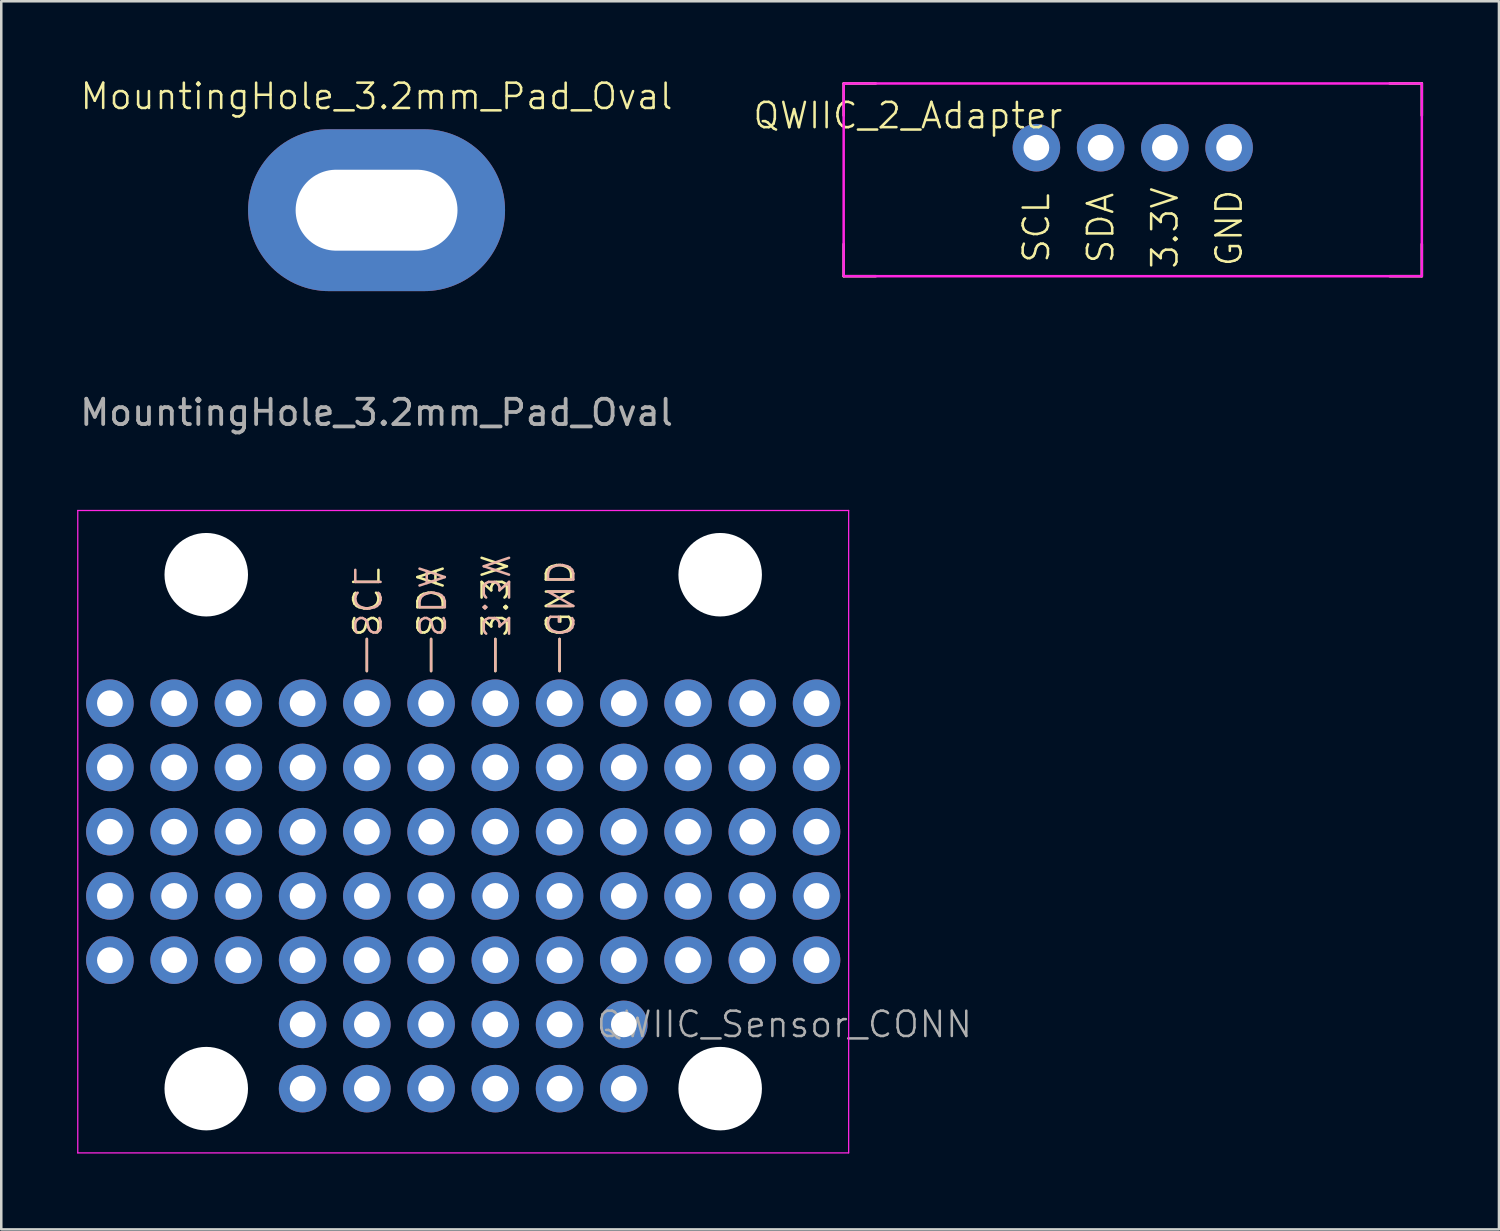
<source format=kicad_pcb>
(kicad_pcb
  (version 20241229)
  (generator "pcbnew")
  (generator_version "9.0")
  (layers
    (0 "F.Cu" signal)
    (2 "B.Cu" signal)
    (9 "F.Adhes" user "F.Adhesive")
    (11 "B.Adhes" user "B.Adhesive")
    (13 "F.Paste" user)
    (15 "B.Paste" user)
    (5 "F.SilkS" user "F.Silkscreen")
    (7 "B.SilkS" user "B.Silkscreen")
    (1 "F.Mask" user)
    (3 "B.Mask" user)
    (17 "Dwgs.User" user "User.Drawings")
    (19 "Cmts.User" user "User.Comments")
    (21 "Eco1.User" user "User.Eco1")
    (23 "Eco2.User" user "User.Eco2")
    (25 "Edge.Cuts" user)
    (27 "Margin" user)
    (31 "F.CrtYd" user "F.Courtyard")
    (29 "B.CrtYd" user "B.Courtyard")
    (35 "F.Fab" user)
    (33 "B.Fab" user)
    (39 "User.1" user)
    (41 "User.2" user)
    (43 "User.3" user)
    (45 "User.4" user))
  (footprint "QWIIC_2_Adapter"
    (layer "F.Cu")
    (at 30.308 0.25)
    (property "Reference" "QWIIC_2_Adapter" (at 2.54 1.27 0) (unlocked yes) (layer "F.SilkS") (effects (font (size 1 1) (thickness 0.1))))
    (attr smd)
    (fp_line (start 0 0) (end 1.27 0) (stroke (width 0.1) (type default)) (layer "F.SilkS"))
    (fp_line (start 0 1.27) (end 0 0) (stroke (width 0.1) (type default)) (layer "F.SilkS"))
    (fp_line (start 0 7.62) (end 0 6.35) (stroke (width 0.1) (type default)) (layer "F.SilkS"))
    (fp_line (start 1.27 7.62) (end 0 7.62) (stroke (width 0.1) (type default)) (layer "F.SilkS"))
    (fp_line (start 21.59 0) (end 22.86 0) (stroke (width 0.1) (type default)) (layer "F.SilkS"))
    (fp_line (start 22.86 0) (end 22.86 1.27) (stroke (width 0.1) (type default)) (layer "F.SilkS"))
    (fp_line (start 22.86 6.35) (end 22.86 7.62) (stroke (width 0.1) (type default)) (layer "F.SilkS"))
    (fp_line (start 22.86 7.62) (end 21.59 7.62) (stroke (width 0.1) (type default)) (layer "F.SilkS"))
    (fp_rect (start 0 0) (end 22.86 7.62) (stroke (width 0.1) (type default)) (fill no) (layer "F.CrtYd"))
    (fp_text user "GND" (at 15.24 5.715 90) (unlocked yes) (layer "F.SilkS") (effects (font (size 1 1) (thickness 0.1))))
    (fp_text user "SDA" (at 10.16 5.715 90) (unlocked yes) (layer "F.SilkS") (effects (font (size 1 1) (thickness 0.1))))
    (fp_text user "3.3V" (at 12.7 5.715 90) (unlocked yes) (layer "F.SilkS") (effects (font (size 1 1) (thickness 0.1))))
    (fp_text user "SCL" (at 7.62 5.715 90) (unlocked yes) (layer "F.SilkS") (effects (font (size 1 1) (thickness 0.1))))
    (pad "1" thru_hole circle (at 7.62 2.54) (size 1.88 1.88) (drill 1.016) (layers "*.Cu" "*.Mask"))
    (pad "2" thru_hole circle (at 10.16 2.54) (size 1.88 1.88) (drill 1.016) (layers "*.Cu" "*.Mask"))
    (pad "3" thru_hole circle (at 12.7 2.54) (size 1.88 1.88) (drill 1.016) (layers "*.Cu" "*.Mask"))
    (pad "4" thru_hole circle (at 15.24 2.54) (size 1.88 1.88) (drill 1.016) (layers "*.Cu" "*.Mask")))
  (footprint "MountingHole_3.2mm_Pad_Oval"
    (layer "F.Cu")
    (at 11.839 5.261)
    (property "Reference" "MountingHole_3.2mm_Pad_Oval" (at 0 -4.5 0) (unlocked yes) (layer "F.SilkS") (effects (font (size 1 1) (thickness 0.1))))
    (attr exclude_from_pos_files exclude_from_bom)
    (fp_text user "${REFERENCE}" (at 0 8 0) (unlocked yes) (layer "F.Fab") (effects (font (size 1 1) (thickness 0.15))))
    (pad "1" thru_hole oval (at 0 0) (size 10.16 6.4) (drill oval 6.4 3.2) (layers "*.Cu" "*.Mask")))
  (footprint "QWIIC_Sensor_CONN"
    (layer "F.Cu")
    (at 5.105 19.674)
    (property "Reference" "QWIIC_Sensor_CONN" (at 22.86 17.78 0) (unlocked yes) (layer "F.Fab") (effects (font (size 1 1) (thickness 0.1))))
    (attr smd)
    (fp_line (start 6.35 3.81) (end 6.35 2.54) (stroke (width 0.1) (type default)) (layer "F.SilkS"))
    (fp_line (start 8.89 3.81) (end 8.89 2.54) (stroke (width 0.1) (type default)) (layer "F.SilkS"))
    (fp_line (start 11.43 3.81) (end 11.43 2.54) (stroke (width 0.1) (type default)) (layer "F.SilkS"))
    (fp_line (start 13.97 3.81) (end 13.97 2.54) (stroke (width 0.1) (type default)) (layer "F.SilkS"))
    (fp_line (start 6.35 3.81) (end 6.35 2.54) (stroke (width 0.1) (type default)) (layer "B.SilkS"))
    (fp_line (start 8.89 3.81) (end 8.89 2.54) (stroke (width 0.1) (type default)) (layer "B.SilkS"))
    (fp_line (start 11.43 3.81) (end 11.43 2.54) (stroke (width 0.1) (type default)) (layer "B.SilkS"))
    (fp_line (start 13.97 3.81) (end 13.97 2.54) (stroke (width 0.1) (type default)) (layer "B.SilkS"))
    (fp_line (start -5.08 -2.54) (end 25.4 -2.54) (stroke (width 0.05) (type default)) (layer "F.CrtYd"))
    (fp_line (start -5.08 22.86) (end -5.08 -2.54) (stroke (width 0.05) (type default)) (layer "F.CrtYd"))
    (fp_line (start 25.4 -2.54) (end 25.4 22.86) (stroke (width 0.05) (type default)) (layer "F.CrtYd"))
    (fp_line (start 25.4 22.86) (end -5.08 22.86) (stroke (width 0.05) (type default)) (layer "F.CrtYd"))
    (fp_text user "SDA" (at 8.89 2.54 90) (unlocked yes) (layer "F.SilkS") (effects (font (size 1 1) (thickness 0.1)) (justify left)))
    (fp_text user "GND" (at 13.97 2.54 90) (unlocked yes) (layer "F.SilkS") (effects (font (size 1 1) (thickness 0.1)) (justify left)))
    (fp_text user "SCL" (at 6.35 2.54 90) (unlocked yes) (layer "F.SilkS") (effects (font (size 1 1) (thickness 0.1)) (justify left)))
    (fp_text user "3.3V" (at 11.43 2.54 90) (unlocked yes) (layer "F.SilkS") (effects (font (size 1 1) (thickness 0.1)) (justify left)))
    (fp_text user "GND" (at 13.97 2.54 270) (unlocked yes) (layer "B.SilkS") (effects (font (size 1 1) (thickness 0.1)) (justify left mirror)))
    (fp_text user "SCL" (at 6.35 2.54 270) (unlocked yes) (layer "B.SilkS") (effects (font (size 1 1) (thickness 0.1)) (justify left mirror)))
    (fp_text user "SDA" (at 8.89 2.54 270) (unlocked yes) (layer "B.SilkS") (effects (font (size 1 1) (thickness 0.1)) (justify left mirror)))
    (fp_text user "3.3V" (at 11.43 2.54 270) (unlocked yes) (layer "B.SilkS") (effects (font (size 1 1) (thickness 0.1)) (justify left mirror)))
    (pad "" thru_hole circle (at -3.81 5.08) (size 1.88 1.88) (drill 1.016) (layers "*.Cu" "*.Mask"))
    (pad "" thru_hole circle (at -3.81 7.62) (size 1.88 1.88) (drill 1.016) (layers "*.Cu" "*.Mask"))
    (pad "" thru_hole circle (at -3.81 10.16) (size 1.88 1.88) (drill 1.016) (layers "*.Cu" "*.Mask"))
    (pad "" thru_hole circle (at -3.81 12.7) (size 1.88 1.88) (drill 1.016) (layers "*.Cu" "*.Mask"))
    (pad "" thru_hole circle (at -3.81 15.24) (size 1.88 1.88) (drill 1.016) (layers "*.Cu" "*.Mask"))
    (pad "" thru_hole circle (at -1.27 5.08) (size 1.88 1.88) (drill 1.016) (layers "*.Cu" "*.Mask"))
    (pad "" thru_hole circle (at -1.27 7.62) (size 1.88 1.88) (drill 1.016) (layers "*.Cu" "*.Mask"))
    (pad "" thru_hole circle (at -1.27 10.16) (size 1.88 1.88) (drill 1.016) (layers "*.Cu" "*.Mask"))
    (pad "" thru_hole circle (at -1.27 12.7) (size 1.88 1.88) (drill 1.016) (layers "*.Cu" "*.Mask"))
    (pad "" thru_hole circle (at -1.27 15.24) (size 1.88 1.88) (drill 1.016) (layers "*.Cu" "*.Mask"))
    (pad "" np_thru_hole circle (at 0 0) (size 3.302 3.302) (drill 3.302) (layers "*.Cu" "*.Mask"))
    (pad "" np_thru_hole circle (at 0 20.32) (size 3.302 3.302) (drill 3.302) (layers "*.Cu" "*.Mask"))
    (pad "" thru_hole circle (at 1.27 5.08) (size 1.88 1.88) (drill 1.016) (layers "*.Cu" "*.Mask"))
    (pad "" thru_hole circle (at 1.27 7.62) (size 1.88 1.88) (drill 1.016) (layers "*.Cu" "*.Mask"))
    (pad "" thru_hole circle (at 1.27 10.16) (size 1.88 1.88) (drill 1.016) (layers "*.Cu" "*.Mask"))
    (pad "" thru_hole circle (at 1.27 12.7) (size 1.88 1.88) (drill 1.016) (layers "*.Cu" "*.Mask"))
    (pad "" thru_hole circle (at 1.27 15.24) (size 1.88 1.88) (drill 1.016) (layers "*.Cu" "*.Mask"))
    (pad "" thru_hole circle (at 3.81 5.08) (size 1.88 1.88) (drill 1.016) (layers "*.Cu" "*.Mask"))
    (pad "" thru_hole circle (at 3.81 7.62) (size 1.88 1.88) (drill 1.016) (layers "*.Cu" "*.Mask"))
    (pad "" thru_hole circle (at 3.81 10.16) (size 1.88 1.88) (drill 1.016) (layers "*.Cu" "*.Mask"))
    (pad "" thru_hole circle (at 3.81 12.7) (size 1.88 1.88) (drill 1.016) (layers "*.Cu" "*.Mask"))
    (pad "" thru_hole circle (at 3.81 15.24) (size 1.88 1.88) (drill 1.016) (layers "*.Cu" "*.Mask"))
    (pad "" thru_hole circle (at 3.81 17.78) (size 1.88 1.88) (drill 1.016) (layers "*.Cu" "*.Mask"))
    (pad "" thru_hole circle (at 3.81 20.32) (size 1.88 1.88) (drill 1.016) (layers "*.Cu" "*.Mask"))
    (pad "" thru_hole circle (at 6.35 7.62) (size 1.88 1.88) (drill 1.016) (layers "*.Cu" "*.Mask"))
    (pad "" thru_hole circle (at 6.35 10.16) (size 1.88 1.88) (drill 1.016) (layers "*.Cu" "*.Mask"))
    (pad "" thru_hole circle (at 6.35 12.7) (size 1.88 1.88) (drill 1.016) (layers "*.Cu" "*.Mask"))
    (pad "" thru_hole circle (at 6.35 15.24) (size 1.88 1.88) (drill 1.016) (layers "*.Cu" "*.Mask"))
    (pad "" thru_hole circle (at 6.35 17.78) (size 1.88 1.88) (drill 1.016) (layers "*.Cu" "*.Mask"))
    (pad "" thru_hole circle (at 6.35 20.32) (size 1.88 1.88) (drill 1.016) (layers "*.Cu" "*.Mask"))
    (pad "" thru_hole circle (at 8.89 7.62) (size 1.88 1.88) (drill 1.016) (layers "*.Cu" "*.Mask"))
    (pad "" thru_hole circle (at 8.89 10.16) (size 1.88 1.88) (drill 1.016) (layers "*.Cu" "*.Mask"))
    (pad "" thru_hole circle (at 8.89 12.7) (size 1.88 1.88) (drill 1.016) (layers "*.Cu" "*.Mask"))
    (pad "" thru_hole circle (at 8.89 15.24) (size 1.88 1.88) (drill 1.016) (layers "*.Cu" "*.Mask"))
    (pad "" thru_hole circle (at 8.89 17.78) (size 1.88 1.88) (drill 1.016) (layers "*.Cu" "*.Mask"))
    (pad "" thru_hole circle (at 8.89 20.32) (size 1.88 1.88) (drill 1.016) (layers "*.Cu" "*.Mask"))
    (pad "" thru_hole circle (at 11.43 7.62) (size 1.88 1.88) (drill 1.016) (layers "*.Cu" "*.Mask"))
    (pad "" thru_hole circle (at 11.43 10.16) (size 1.88 1.88) (drill 1.016) (layers "*.Cu" "*.Mask"))
    (pad "" thru_hole circle (at 11.43 12.7) (size 1.88 1.88) (drill 1.016) (layers "*.Cu" "*.Mask"))
    (pad "" thru_hole circle (at 11.43 15.24) (size 1.88 1.88) (drill 1.016) (layers "*.Cu" "*.Mask"))
    (pad "" thru_hole circle (at 11.43 17.78) (size 1.88 1.88) (drill 1.016) (layers "*.Cu" "*.Mask"))
    (pad "" thru_hole circle (at 11.43 20.32) (size 1.88 1.88) (drill 1.016) (layers "*.Cu" "*.Mask"))
    (pad "" thru_hole circle (at 13.97 7.62) (size 1.88 1.88) (drill 1.016) (layers "*.Cu" "*.Mask"))
    (pad "" thru_hole circle (at 13.97 10.16) (size 1.88 1.88) (drill 1.016) (layers "*.Cu" "*.Mask"))
    (pad "" thru_hole circle (at 13.97 12.7) (size 1.88 1.88) (drill 1.016) (layers "*.Cu" "*.Mask"))
    (pad "" thru_hole circle (at 13.97 15.24) (size 1.88 1.88) (drill 1.016) (layers "*.Cu" "*.Mask"))
    (pad "" thru_hole circle (at 13.97 17.78) (size 1.88 1.88) (drill 1.016) (layers "*.Cu" "*.Mask"))
    (pad "" thru_hole circle (at 13.97 20.32) (size 1.88 1.88) (drill 1.016) (layers "*.Cu" "*.Mask"))
    (pad "" thru_hole circle (at 16.51 5.08) (size 1.88 1.88) (drill 1.016) (layers "*.Cu" "*.Mask"))
    (pad "" thru_hole circle (at 16.51 7.62) (size 1.88 1.88) (drill 1.016) (layers "*.Cu" "*.Mask"))
    (pad "" thru_hole circle (at 16.51 10.16) (size 1.88 1.88) (drill 1.016) (layers "*.Cu" "*.Mask"))
    (pad "" thru_hole circle (at 16.51 12.7) (size 1.88 1.88) (drill 1.016) (layers "*.Cu" "*.Mask"))
    (pad "" thru_hole circle (at 16.51 15.24) (size 1.88 1.88) (drill 1.016) (layers "*.Cu" "*.Mask"))
    (pad "" thru_hole circle (at 16.51 17.78) (size 1.88 1.88) (drill 1.016) (layers "*.Cu" "*.Mask"))
    (pad "" thru_hole circle (at 16.51 20.32) (size 1.88 1.88) (drill 1.016) (layers "*.Cu" "*.Mask"))
    (pad "" thru_hole circle (at 19.05 5.08) (size 1.88 1.88) (drill 1.016) (layers "*.Cu" "*.Mask"))
    (pad "" thru_hole circle (at 19.05 7.62) (size 1.88 1.88) (drill 1.016) (layers "*.Cu" "*.Mask"))
    (pad "" thru_hole circle (at 19.05 10.16) (size 1.88 1.88) (drill 1.016) (layers "*.Cu" "*.Mask"))
    (pad "" thru_hole circle (at 19.05 12.7) (size 1.88 1.88) (drill 1.016) (layers "*.Cu" "*.Mask"))
    (pad "" thru_hole circle (at 19.05 15.24) (size 1.88 1.88) (drill 1.016) (layers "*.Cu" "*.Mask"))
    (pad "" np_thru_hole circle (at 20.32 0) (size 3.302 3.302) (drill 3.302) (layers "*.Cu" "*.Mask"))
    (pad "" np_thru_hole circle (at 20.32 20.32) (size 3.302 3.302) (drill 3.302) (layers "*.Cu" "*.Mask"))
    (pad "" thru_hole circle (at 21.59 5.08) (size 1.88 1.88) (drill 1.016) (layers "*.Cu" "*.Mask"))
    (pad "" thru_hole circle (at 21.59 7.62) (size 1.88 1.88) (drill 1.016) (layers "*.Cu" "*.Mask"))
    (pad "" thru_hole circle (at 21.59 10.16) (size 1.88 1.88) (drill 1.016) (layers "*.Cu" "*.Mask"))
    (pad "" thru_hole circle (at 21.59 12.7) (size 1.88 1.88) (drill 1.016) (layers "*.Cu" "*.Mask"))
    (pad "" thru_hole circle (at 21.59 15.24) (size 1.88 1.88) (drill 1.016) (layers "*.Cu" "*.Mask"))
    (pad "" thru_hole circle (at 24.13 5.08) (size 1.88 1.88) (drill 1.016) (layers "*.Cu" "*.Mask"))
    (pad "" thru_hole circle (at 24.13 7.62) (size 1.88 1.88) (drill 1.016) (layers "*.Cu" "*.Mask"))
    (pad "" thru_hole circle (at 24.13 10.16) (size 1.88 1.88) (drill 1.016) (layers "*.Cu" "*.Mask"))
    (pad "" thru_hole circle (at 24.13 12.7) (size 1.88 1.88) (drill 1.016) (layers "*.Cu" "*.Mask"))
    (pad "" thru_hole circle (at 24.13 15.24) (size 1.88 1.88) (drill 1.016) (layers "*.Cu" "*.Mask"))
    (pad "1" thru_hole circle (at 6.35 5.08) (size 1.88 1.88) (drill 1.016) (layers "*.Cu" "*.Mask"))
    (pad "2" thru_hole circle (at 8.89 5.08) (size 1.88 1.88) (drill 1.016) (layers "*.Cu" "*.Mask"))
    (pad "3" thru_hole circle (at 11.43 5.08) (size 1.88 1.88) (drill 1.016) (layers "*.Cu" "*.Mask"))
    (pad "4" thru_hole circle (at 13.97 5.08) (size 1.88 1.88) (drill 1.016) (layers "*.Cu" "*.Mask")))
  (gr_rect
    (start -3 -3)
    (end 56.218 45.559)
    (stroke (width 0.1) (type default))
    (fill no)
    (layer "Edge.Cuts")))
</source>
